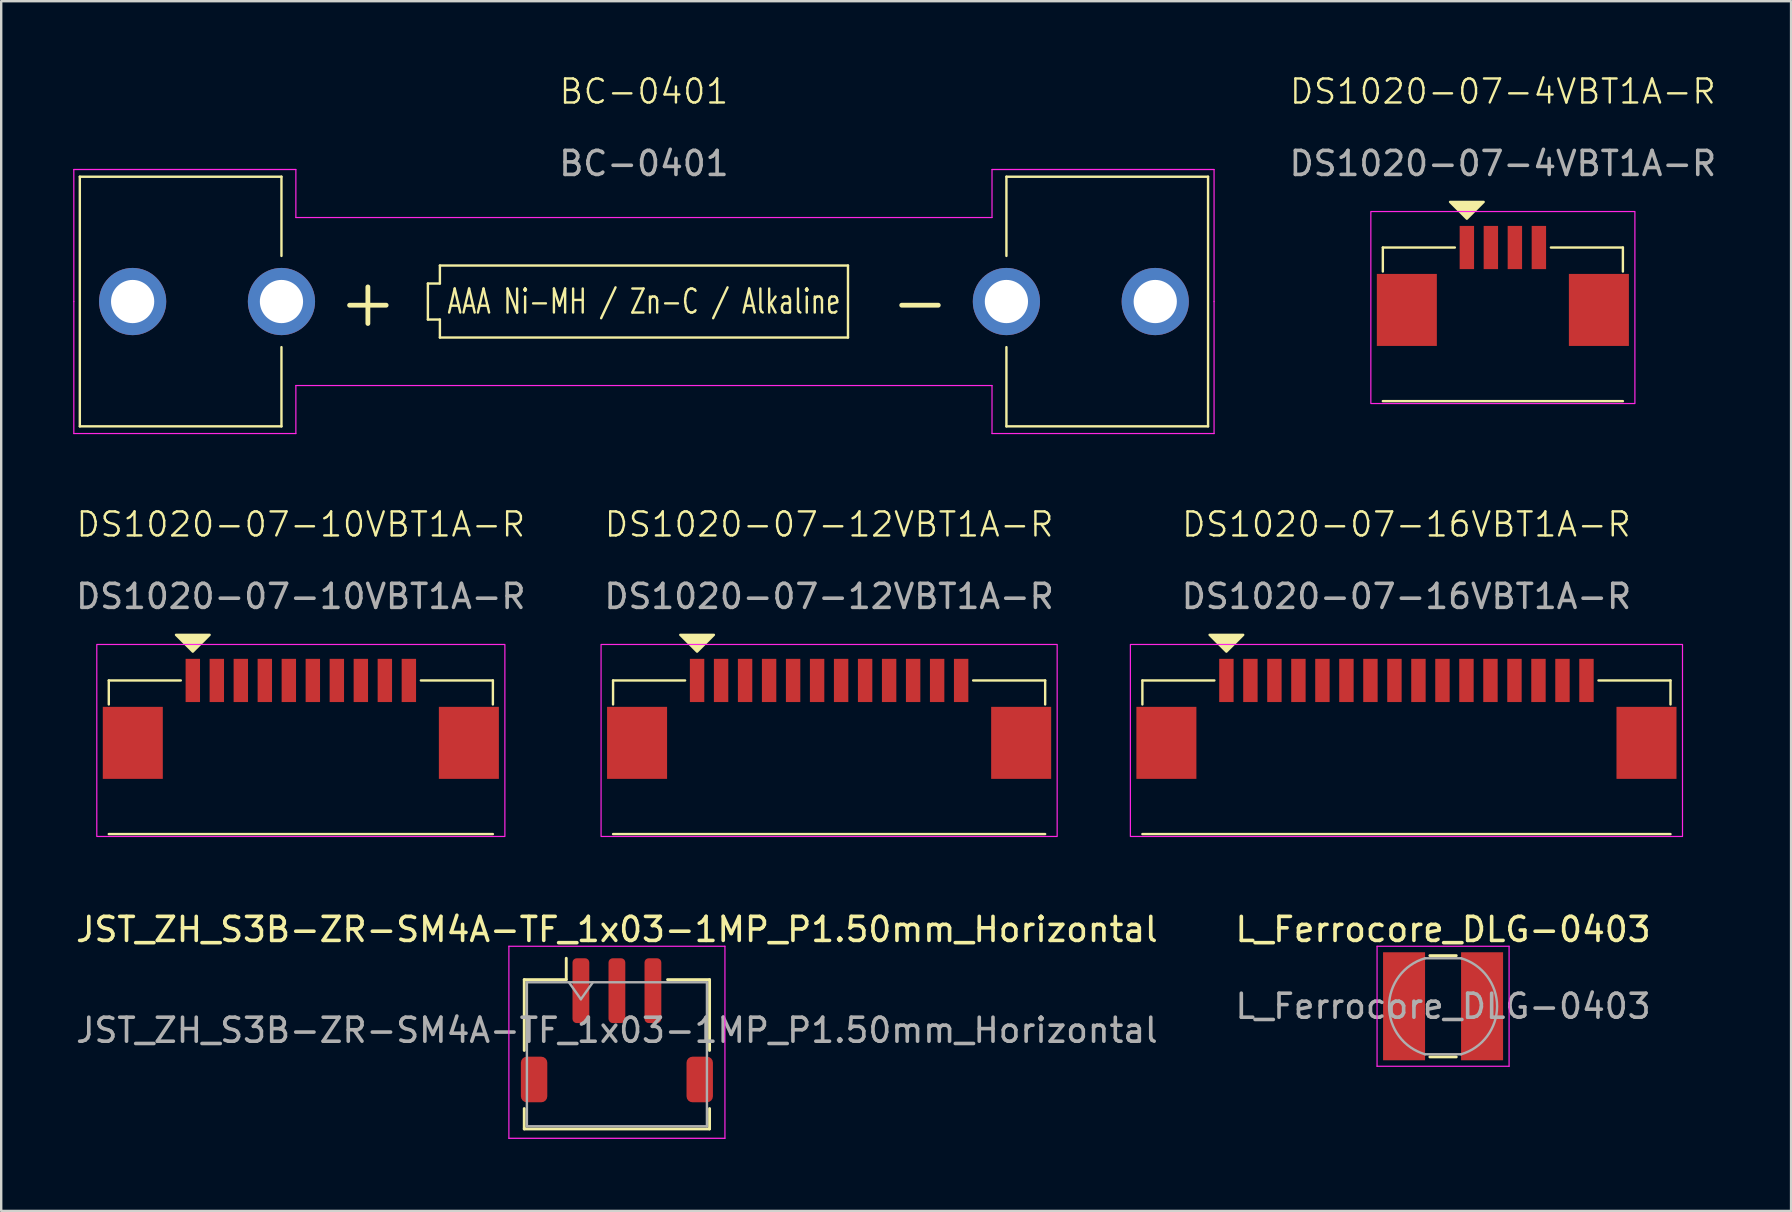
<source format=kicad_pcb>
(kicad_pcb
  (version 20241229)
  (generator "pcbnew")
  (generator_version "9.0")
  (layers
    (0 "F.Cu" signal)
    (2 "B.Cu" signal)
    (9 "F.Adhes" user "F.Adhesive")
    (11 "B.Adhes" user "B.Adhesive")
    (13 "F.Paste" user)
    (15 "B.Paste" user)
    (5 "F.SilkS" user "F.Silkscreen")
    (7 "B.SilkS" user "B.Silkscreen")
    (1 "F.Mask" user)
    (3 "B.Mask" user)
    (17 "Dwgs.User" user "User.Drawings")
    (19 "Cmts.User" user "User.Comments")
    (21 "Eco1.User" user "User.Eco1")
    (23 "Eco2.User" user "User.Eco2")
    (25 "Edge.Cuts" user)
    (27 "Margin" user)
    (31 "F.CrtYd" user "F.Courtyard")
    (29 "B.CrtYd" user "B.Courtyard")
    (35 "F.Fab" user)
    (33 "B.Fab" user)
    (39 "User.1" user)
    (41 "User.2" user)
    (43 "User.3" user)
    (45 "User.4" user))
  (footprint "BC-0401"
    (layer "F.Cu")
    (at 23.775 9.511)
    (property "Reference" "BC-0401" (at 0 -8.75 0) (unlocked yes) (layer "F.SilkS") (effects (font (size 1 1) (thickness 0.1))))
    (attr through_hole)
    (fp_line (start -23.5 -5.2) (end -23.5 5.2) (stroke (width 0.1) (type default)) (layer "F.SilkS"))
    (fp_line (start -15.1 -5.2) (end -23.5 -5.2) (stroke (width 0.1) (type default)) (layer "F.SilkS"))
    (fp_line (start -15.1 -1.9) (end -15.1 -5.2) (stroke (width 0.1) (type default)) (layer "F.SilkS"))
    (fp_line (start -15.1 5.2) (end -23.5 5.2) (stroke (width 0.1) (type default)) (layer "F.SilkS"))
    (fp_line (start -15.1 5.2) (end -15.1 1.9) (stroke (width 0.1) (type default)) (layer "F.SilkS"))
    (fp_line (start -9 -0.75) (end -9 0.75) (stroke (width 0.1) (type default)) (layer "F.SilkS"))
    (fp_line (start -9 0.75) (end -8.5 0.75) (stroke (width 0.1) (type default)) (layer "F.SilkS"))
    (fp_line (start -8.5 -1.5) (end -8.5 -0.75) (stroke (width 0.1) (type default)) (layer "F.SilkS"))
    (fp_line (start -8.5 -1.5) (end 8.5 -1.5) (stroke (width 0.1) (type default)) (layer "F.SilkS"))
    (fp_line (start -8.5 -0.75) (end -9 -0.75) (stroke (width 0.1) (type default)) (layer "F.SilkS"))
    (fp_line (start -8.5 0.75) (end -8.5 1.5) (stroke (width 0.1) (type default)) (layer "F.SilkS"))
    (fp_line (start 8.5 -1.5) (end 8.5 1.5) (stroke (width 0.1) (type default)) (layer "F.SilkS"))
    (fp_line (start 8.5 1.5) (end -8.5 1.5) (stroke (width 0.1) (type default)) (layer "F.SilkS"))
    (fp_line (start 15.1 -5.2) (end 15.1 -1.9) (stroke (width 0.1) (type default)) (layer "F.SilkS"))
    (fp_line (start 15.1 -5.2) (end 23.5 -5.2) (stroke (width 0.1) (type default)) (layer "F.SilkS"))
    (fp_line (start 15.1 1.9) (end 15.1 5.2) (stroke (width 0.1) (type default)) (layer "F.SilkS"))
    (fp_line (start 15.1 5.2) (end 23.5 5.2) (stroke (width 0.1) (type default)) (layer "F.SilkS"))
    (fp_line (start 23.5 5.2) (end 23.5 -5.2) (stroke (width 0.1) (type default)) (layer "F.SilkS"))
    (fp_line (start -23.75 -5.5) (end -14.5 -5.5) (stroke (width 0.05) (type default)) (layer "F.CrtYd"))
    (fp_line (start -23.75 0) (end -23.75 -5.5) (stroke (width 0.05) (type default)) (layer "F.CrtYd"))
    (fp_line (start -23.75 5.5) (end -23.75 0) (stroke (width 0.05) (type default)) (layer "F.CrtYd"))
    (fp_line (start -14.5 -5.5) (end -14.5 -3.5) (stroke (width 0.05) (type default)) (layer "F.CrtYd"))
    (fp_line (start -14.5 -3.5) (end 14.5 -3.5) (stroke (width 0.05) (type default)) (layer "F.CrtYd"))
    (fp_line (start -14.5 3.5) (end -14.5 5.5) (stroke (width 0.05) (type default)) (layer "F.CrtYd"))
    (fp_line (start -14.5 5.5) (end -23.75 5.5) (stroke (width 0.05) (type default)) (layer "F.CrtYd"))
    (fp_line (start 14.5 -5.5) (end 23.75 -5.5) (stroke (width 0.05) (type default)) (layer "F.CrtYd"))
    (fp_line (start 14.5 -3.5) (end 14.5 -5.5) (stroke (width 0.05) (type default)) (layer "F.CrtYd"))
    (fp_line (start 14.5 3.5) (end -14.5 3.5) (stroke (width 0.05) (type default)) (layer "F.CrtYd"))
    (fp_line (start 14.5 5.5) (end 14.5 3.5) (stroke (width 0.05) (type default)) (layer "F.CrtYd"))
    (fp_line (start 23.75 -5.5) (end 23.75 0) (stroke (width 0.05) (type default)) (layer "F.CrtYd"))
    (fp_line (start 23.75 0) (end 23.75 5.5) (stroke (width 0.05) (type default)) (layer "F.CrtYd"))
    (fp_line (start 23.75 5.5) (end 14.5 5.5) (stroke (width 0.05) (type default)) (layer "F.CrtYd"))
    (fp_text user "-" (at 11.5 0 0) (unlocked yes) (layer "F.SilkS") (effects (font (size 2 2) (thickness 0.2))))
    (fp_text user "+" (at -11.5 0 0) (unlocked yes) (layer "F.SilkS") (effects (font (size 2 2) (thickness 0.2))))
    (fp_text user "AAA Ni-MH / Zn-C / Alkaline" (at 0 0 0) (unlocked yes) (layer "F.SilkS") (effects (font (size 1 0.7) (thickness 0.1))))
    (fp_text user "${REFERENCE}" (at 0 -5.75 0) (unlocked yes) (layer "F.Fab") (effects (font (size 1 1) (thickness 0.15))))
    (pad "1" thru_hole circle (at -21.3 0 180) (size 2.8 2.8) (drill 1.8) (layers "*.Cu" "*.Mask"))
    (pad "1" thru_hole circle (at -15.1 0 180) (size 2.8 2.8) (drill 1.8) (layers "*.Cu" "*.Mask"))
    (pad "2" thru_hole circle (at 15.1 0) (size 2.8 2.8) (drill 1.8) (layers "*.Cu" "*.Mask"))
    (pad "2" thru_hole circle (at 21.3 0) (size 2.8 2.8) (drill 1.8) (layers "*.Cu" "*.Mask")))
  (footprint "DS1020-07-10VBT1A-R"
    (layer "F.Cu")
    (at 9.482 25.296)
    (property "Reference" "DS1020-07-10VBT1A-R" (at 0 -6.5 0) (unlocked yes) (layer "F.SilkS") (effects (font (size 1 1) (thickness 0.1))))
    (attr smd)
    (fp_line (start -8 0) (end -8 1) (stroke (width 0.1) (type default)) (layer "F.SilkS"))
    (fp_line (start -8 6.4) (end 8 6.4) (stroke (width 0.1) (type default)) (layer "F.SilkS"))
    (fp_line (start -5 0) (end -8 0) (stroke (width 0.1) (type default)) (layer "F.SilkS"))
    (fp_line (start 5 0) (end 8 0) (stroke (width 0.1) (type default)) (layer "F.SilkS"))
    (fp_line (start 8 0) (end 8 1) (stroke (width 0.1) (type default)) (layer "F.SilkS"))
    (fp_poly (pts (xy -4.5 -1.2) (xy -5.2 -1.9) (xy -3.8 -1.9)) (stroke (width 0.1) (type solid)) (fill yes) (layer "F.SilkS"))
    (fp_rect (start -8.5 -1.5) (end 8.5 6.5) (stroke (width 0.05) (type default)) (fill no) (layer "F.CrtYd"))
    (fp_text user "${REFERENCE}" (at 0 -3.5 0) (unlocked yes) (layer "F.Fab") (effects (font (size 1 1) (thickness 0.15))))
    (pad "1" smd rect (at -4.5 0) (size 0.6 1.8) (layers "F.Cu" "F.Mask" "F.Paste"))
    (pad "2" smd rect (at -3.5 0) (size 0.6 1.8) (layers "F.Cu" "F.Mask" "F.Paste"))
    (pad "3" smd rect (at -2.5 0) (size 0.6 1.8) (layers "F.Cu" "F.Mask" "F.Paste"))
    (pad "4" smd rect (at -1.5 0) (size 0.6 1.8) (layers "F.Cu" "F.Mask" "F.Paste"))
    (pad "5" smd rect (at -0.5 0) (size 0.6 1.8) (layers "F.Cu" "F.Mask" "F.Paste"))
    (pad "6" smd rect (at 0.5 0) (size 0.6 1.8) (layers "F.Cu" "F.Mask" "F.Paste"))
    (pad "7" smd rect (at 1.5 0) (size 0.6 1.8) (layers "F.Cu" "F.Mask" "F.Paste"))
    (pad "8" smd rect (at 2.5 0) (size 0.6 1.8) (layers "F.Cu" "F.Mask" "F.Paste"))
    (pad "9" smd rect (at 3.5 0) (size 0.6 1.8) (layers "F.Cu" "F.Mask" "F.Paste"))
    (pad "10" smd rect (at 4.5 0) (size 0.6 1.8) (layers "F.Cu" "F.Mask" "F.Paste"))
    (pad "MP" smd rect (at -7 2.6) (size 2.5 3) (layers "F.Cu" "F.Mask" "F.Paste"))
    (pad "MP" smd rect (at 7 2.6) (size 2.5 3) (layers "F.Cu" "F.Mask" "F.Paste")))
  (footprint "JST_ZH_S3B-ZR-SM4A-TF_1x03-1MP_P1.50mm_Horizontal"
    (layer "F.Cu")
    (at 22.649 39.869)
    (property "Reference" "JST_ZH_S3B-ZR-SM4A-TF_1x03-1MP_P1.50mm_Horizontal" (at 0 -4.2 0) (layer "F.SilkS") (effects (font (size 1 1) (thickness 0.15))))
    (attr smd)
    (fp_line (start -3.86 -2.11) (end -2.11 -2.11) (stroke (width 0.12) (type solid)) (layer "F.SilkS"))
    (fp_line (start -3.86 0.84) (end -3.86 -2.11) (stroke (width 0.12) (type solid)) (layer "F.SilkS"))
    (fp_line (start -3.86 3.26) (end -3.86 4.11) (stroke (width 0.12) (type solid)) (layer "F.SilkS"))
    (fp_line (start -3.86 4.11) (end 3.86 4.11) (stroke (width 0.12) (type solid)) (layer "F.SilkS"))
    (fp_line (start -2.11 -2.11) (end -2.11 -3) (stroke (width 0.12) (type solid)) (layer "F.SilkS"))
    (fp_line (start 3.86 -2.11) (end 2.11 -2.11) (stroke (width 0.12) (type solid)) (layer "F.SilkS"))
    (fp_line (start 3.86 0.84) (end 3.86 -2.11) (stroke (width 0.12) (type solid)) (layer "F.SilkS"))
    (fp_line (start 3.86 4.11) (end 3.86 3.26) (stroke (width 0.12) (type solid)) (layer "F.SilkS"))
    (fp_line (start -4.5 -3.5) (end -4.5 4.5) (stroke (width 0.05) (type solid)) (layer "F.CrtYd"))
    (fp_line (start -4.5 4.5) (end 4.5 4.5) (stroke (width 0.05) (type solid)) (layer "F.CrtYd"))
    (fp_line (start 4.5 -3.5) (end -4.5 -3.5) (stroke (width 0.05) (type solid)) (layer "F.CrtYd"))
    (fp_line (start 4.5 4.5) (end 4.5 -3.5) (stroke (width 0.05) (type solid)) (layer "F.CrtYd"))
    (fp_line (start -3.75 -2) (end -3.75 4) (stroke (width 0.1) (type solid)) (layer "F.Fab"))
    (fp_line (start -3.75 -2) (end 3.75 -2) (stroke (width 0.1) (type solid)) (layer "F.Fab"))
    (fp_line (start -3.75 4) (end 3.75 4) (stroke (width 0.1) (type solid)) (layer "F.Fab"))
    (fp_line (start -2 -2) (end -1.5 -1.293) (stroke (width 0.1) (type solid)) (layer "F.Fab"))
    (fp_line (start -1.5 -1.293) (end -1 -2) (stroke (width 0.1) (type solid)) (layer "F.Fab"))
    (fp_line (start 3.75 -2) (end 3.75 4) (stroke (width 0.1) (type solid)) (layer "F.Fab"))
    (fp_text user "${REFERENCE}" (at 0 0 0) (layer "F.Fab") (effects (font (size 1 1) (thickness 0.15))))
    (pad "1" smd roundrect (at -1.5 -1.65) (size 0.7 2.7) (layers "F.Cu" "F.Mask" "F.Paste") (roundrect_rratio 0.25))
    (pad "2" smd roundrect (at 0 -1.65) (size 0.7 2.7) (layers "F.Cu" "F.Mask" "F.Paste") (roundrect_rratio 0.25))
    (pad "3" smd roundrect (at 1.5 -1.65) (size 0.7 2.7) (layers "F.Cu" "F.Mask" "F.Paste") (roundrect_rratio 0.25))
    (pad "MP" smd roundrect (at -3.45 2.05) (size 1.1 1.9) (layers "F.Cu" "F.Mask" "F.Paste") (roundrect_rratio 0.227))
    (pad "MP" smd roundrect (at 3.45 2.05) (size 1.1 1.9) (layers "F.Cu" "F.Mask" "F.Paste") (roundrect_rratio 0.227)))
  (footprint "DS1020-07-12VBT1A-R"
    (layer "F.Cu")
    (at 31.489 25.296)
    (property "Reference" "DS1020-07-12VBT1A-R" (at 0 -6.5 0) (unlocked yes) (layer "F.SilkS") (effects (font (size 1 1) (thickness 0.1))))
    (attr smd)
    (fp_line (start -9 0) (end -9 1) (stroke (width 0.1) (type default)) (layer "F.SilkS"))
    (fp_line (start -9 6.4) (end 9 6.4) (stroke (width 0.1) (type default)) (layer "F.SilkS"))
    (fp_line (start -6 0) (end -9 0) (stroke (width 0.1) (type default)) (layer "F.SilkS"))
    (fp_line (start 6 0) (end 9 0) (stroke (width 0.1) (type default)) (layer "F.SilkS"))
    (fp_line (start 9 0) (end 9 1) (stroke (width 0.1) (type default)) (layer "F.SilkS"))
    (fp_poly (pts (xy -5.5 -1.2) (xy -6.2 -1.9) (xy -4.8 -1.9)) (stroke (width 0.1) (type solid)) (fill yes) (layer "F.SilkS"))
    (fp_rect (start -9.5 -1.5) (end 9.5 6.5) (stroke (width 0.05) (type default)) (fill no) (layer "F.CrtYd"))
    (fp_text user "${REFERENCE}" (at 0 -3.5 0) (unlocked yes) (layer "F.Fab") (effects (font (size 1 1) (thickness 0.15))))
    (pad "1" smd rect (at -5.5 0) (size 0.6 1.8) (layers "F.Cu" "F.Mask" "F.Paste"))
    (pad "2" smd rect (at -4.5 0) (size 0.6 1.8) (layers "F.Cu" "F.Mask" "F.Paste"))
    (pad "3" smd rect (at -3.5 0) (size 0.6 1.8) (layers "F.Cu" "F.Mask" "F.Paste"))
    (pad "4" smd rect (at -2.5 0) (size 0.6 1.8) (layers "F.Cu" "F.Mask" "F.Paste"))
    (pad "5" smd rect (at -1.5 0) (size 0.6 1.8) (layers "F.Cu" "F.Mask" "F.Paste"))
    (pad "6" smd rect (at -0.5 0) (size 0.6 1.8) (layers "F.Cu" "F.Mask" "F.Paste"))
    (pad "7" smd rect (at 0.5 0) (size 0.6 1.8) (layers "F.Cu" "F.Mask" "F.Paste"))
    (pad "8" smd rect (at 1.5 0) (size 0.6 1.8) (layers "F.Cu" "F.Mask" "F.Paste"))
    (pad "9" smd rect (at 2.5 0) (size 0.6 1.8) (layers "F.Cu" "F.Mask" "F.Paste"))
    (pad "10" smd rect (at 3.5 0) (size 0.6 1.8) (layers "F.Cu" "F.Mask" "F.Paste"))
    (pad "11" smd rect (at 4.5 0) (size 0.6 1.8) (layers "F.Cu" "F.Mask" "F.Paste"))
    (pad "12" smd rect (at 5.5 0) (size 0.6 1.8) (layers "F.Cu" "F.Mask" "F.Paste"))
    (pad "MP" smd rect (at -8 2.6) (size 2.5 3) (layers "F.Cu" "F.Mask" "F.Paste"))
    (pad "MP" smd rect (at 8 2.6) (size 2.5 3) (layers "F.Cu" "F.Mask" "F.Paste")))
  (footprint "L_Ferrocore_DLG-0403"
    (layer "F.Cu")
    (at 57.065 38.869)
    (property "Reference" "L_Ferrocore_DLG-0403" (at 0 -3.2 0) (layer "F.SilkS") (effects (font (size 1 1) (thickness 0.15))))
    (attr smd)
    (fp_line (start -0.55 -2.11) (end 0.55 -2.11) (stroke (width 0.12) (type solid)) (layer "F.SilkS"))
    (fp_line (start -0.55 2.11) (end 0.55 2.11) (stroke (width 0.12) (type solid)) (layer "F.SilkS"))
    (fp_line (start -2.75 -2.5) (end -2.75 2.5) (stroke (width 0.05) (type solid)) (layer "F.CrtYd"))
    (fp_line (start -2.75 2.5) (end 2.75 2.5) (stroke (width 0.05) (type solid)) (layer "F.CrtYd"))
    (fp_line (start 2.75 -2.5) (end -2.75 -2.5) (stroke (width 0.05) (type solid)) (layer "F.CrtYd"))
    (fp_line (start 2.75 2.5) (end 2.75 -2.5) (stroke (width 0.05) (type solid)) (layer "F.CrtYd"))
    (fp_line (start -0.75 -2) (end 0.75 -2) (stroke (width 0.1) (type solid)) (layer "F.Fab"))
    (fp_line (start -0.75 2) (end 0.75 2) (stroke (width 0.1) (type solid)) (layer "F.Fab"))
    (fp_arc (start -0.75 2) (mid -2.25 0) (end -0.75 -2) (stroke (width 0.1) (type solid)) (layer "F.Fab"))
    (fp_arc (start 0.75 -2) (mid 2.25 0) (end 0.75 2) (stroke (width 0.1) (type solid)) (layer "F.Fab"))
    (fp_text user "${REFERENCE}" (at 0 0 0) (layer "F.Fab") (effects (font (size 1 1) (thickness 0.15))))
    (pad "1" smd rect (at -1.625 0) (size 1.75 4.5) (layers "F.Cu" "F.Mask" "F.Paste"))
    (pad "2" smd rect (at 1.625 0) (size 1.75 4.5) (layers "F.Cu" "F.Mask" "F.Paste")))
  (footprint "DS1020-07-16VBT1A-R"
    (layer "F.Cu")
    (at 55.539 25.296)
    (property "Reference" "DS1020-07-16VBT1A-R" (at 0 -6.5 0) (unlocked yes) (layer "F.SilkS") (effects (font (size 1 1) (thickness 0.1))))
    (attr smd)
    (fp_line (start -11 0) (end -11 1) (stroke (width 0.1) (type default)) (layer "F.SilkS"))
    (fp_line (start -11 6.4) (end 11 6.4) (stroke (width 0.1) (type default)) (layer "F.SilkS"))
    (fp_line (start -8 0) (end -11 0) (stroke (width 0.1) (type default)) (layer "F.SilkS"))
    (fp_line (start 8 0) (end 11 0) (stroke (width 0.1) (type default)) (layer "F.SilkS"))
    (fp_line (start 11 0) (end 11 1) (stroke (width 0.1) (type default)) (layer "F.SilkS"))
    (fp_poly (pts (xy -7.5 -1.2) (xy -8.2 -1.9) (xy -6.8 -1.9)) (stroke (width 0.1) (type solid)) (fill yes) (layer "F.SilkS"))
    (fp_rect (start -11.5 -1.5) (end 11.5 6.5) (stroke (width 0.05) (type default)) (fill no) (layer "F.CrtYd"))
    (fp_text user "${REFERENCE}" (at 0 -3.5 0) (unlocked yes) (layer "F.Fab") (effects (font (size 1 1) (thickness 0.15))))
    (pad "1" smd rect (at -7.5 0) (size 0.6 1.8) (layers "F.Cu" "F.Mask" "F.Paste"))
    (pad "2" smd rect (at -6.5 0) (size 0.6 1.8) (layers "F.Cu" "F.Mask" "F.Paste"))
    (pad "3" smd rect (at -5.5 0) (size 0.6 1.8) (layers "F.Cu" "F.Mask" "F.Paste"))
    (pad "4" smd rect (at -4.5 0) (size 0.6 1.8) (layers "F.Cu" "F.Mask" "F.Paste"))
    (pad "5" smd rect (at -3.5 0) (size 0.6 1.8) (layers "F.Cu" "F.Mask" "F.Paste"))
    (pad "6" smd rect (at -2.5 0) (size 0.6 1.8) (layers "F.Cu" "F.Mask" "F.Paste"))
    (pad "7" smd rect (at -1.5 0) (size 0.6 1.8) (layers "F.Cu" "F.Mask" "F.Paste"))
    (pad "8" smd rect (at -0.5 0) (size 0.6 1.8) (layers "F.Cu" "F.Mask" "F.Paste"))
    (pad "9" smd rect (at 0.5 0) (size 0.6 1.8) (layers "F.Cu" "F.Mask" "F.Paste"))
    (pad "10" smd rect (at 1.5 0) (size 0.6 1.8) (layers "F.Cu" "F.Mask" "F.Paste"))
    (pad "11" smd rect (at 2.5 0) (size 0.6 1.8) (layers "F.Cu" "F.Mask" "F.Paste"))
    (pad "12" smd rect (at 3.5 0) (size 0.6 1.8) (layers "F.Cu" "F.Mask" "F.Paste"))
    (pad "13" smd rect (at 4.5 0) (size 0.6 1.8) (layers "F.Cu" "F.Mask" "F.Paste"))
    (pad "14" smd rect (at 5.5 0) (size 0.6 1.8) (layers "F.Cu" "F.Mask" "F.Paste"))
    (pad "15" smd rect (at 6.5 0) (size 0.6 1.8) (layers "F.Cu" "F.Mask" "F.Paste"))
    (pad "16" smd rect (at 7.5 0) (size 0.6 1.8) (layers "F.Cu" "F.Mask" "F.Paste"))
    (pad "MP" smd rect (at -10 2.6) (size 2.5 3) (layers "F.Cu" "F.Mask" "F.Paste"))
    (pad "MP" smd rect (at 10 2.6) (size 2.5 3) (layers "F.Cu" "F.Mask" "F.Paste")))
  (footprint "DS1020-07-4VBT1A-R"
    (layer "F.Cu")
    (at 59.556 7.261)
    (property "Reference" "DS1020-07-4VBT1A-R" (at 0 -6.5 0) (unlocked yes) (layer "F.SilkS") (effects (font (size 1 1) (thickness 0.1))))
    (attr smd)
    (fp_line (start -5 0) (end -5 1) (stroke (width 0.1) (type default)) (layer "F.SilkS"))
    (fp_line (start -5 6.4) (end 5 6.4) (stroke (width 0.1) (type default)) (layer "F.SilkS"))
    (fp_line (start -2 0) (end -5 0) (stroke (width 0.1) (type default)) (layer "F.SilkS"))
    (fp_line (start 2 0) (end 5 0) (stroke (width 0.1) (type default)) (layer "F.SilkS"))
    (fp_line (start 5 0) (end 5 1) (stroke (width 0.1) (type default)) (layer "F.SilkS"))
    (fp_poly (pts (xy -1.5 -1.2) (xy -2.2 -1.9) (xy -0.8 -1.9)) (stroke (width 0.1) (type solid)) (fill yes) (layer "F.SilkS"))
    (fp_rect (start -5.5 -1.5) (end 5.5 6.5) (stroke (width 0.05) (type default)) (fill no) (layer "F.CrtYd"))
    (fp_text user "${REFERENCE}" (at 0 -3.5 0) (unlocked yes) (layer "F.Fab") (effects (font (size 1 1) (thickness 0.15))))
    (pad "1" smd rect (at -1.5 0) (size 0.6 1.8) (layers "F.Cu" "F.Mask" "F.Paste"))
    (pad "2" smd rect (at -0.5 0) (size 0.6 1.8) (layers "F.Cu" "F.Mask" "F.Paste"))
    (pad "3" smd rect (at 0.5 0) (size 0.6 1.8) (layers "F.Cu" "F.Mask" "F.Paste"))
    (pad "4" smd rect (at 1.5 0) (size 0.6 1.8) (layers "F.Cu" "F.Mask" "F.Paste"))
    (pad "MP" smd rect (at -4 2.6) (size 2.5 3) (layers "F.Cu" "F.Mask" "F.Paste"))
    (pad "MP" smd rect (at 4 2.6) (size 2.5 3) (layers "F.Cu" "F.Mask" "F.Paste")))
  (gr_rect
    (start -3 -3)
    (end 71.562 47.394)
    (stroke (width 0.1) (type default))
    (fill no)
    (layer "Edge.Cuts")))
</source>
